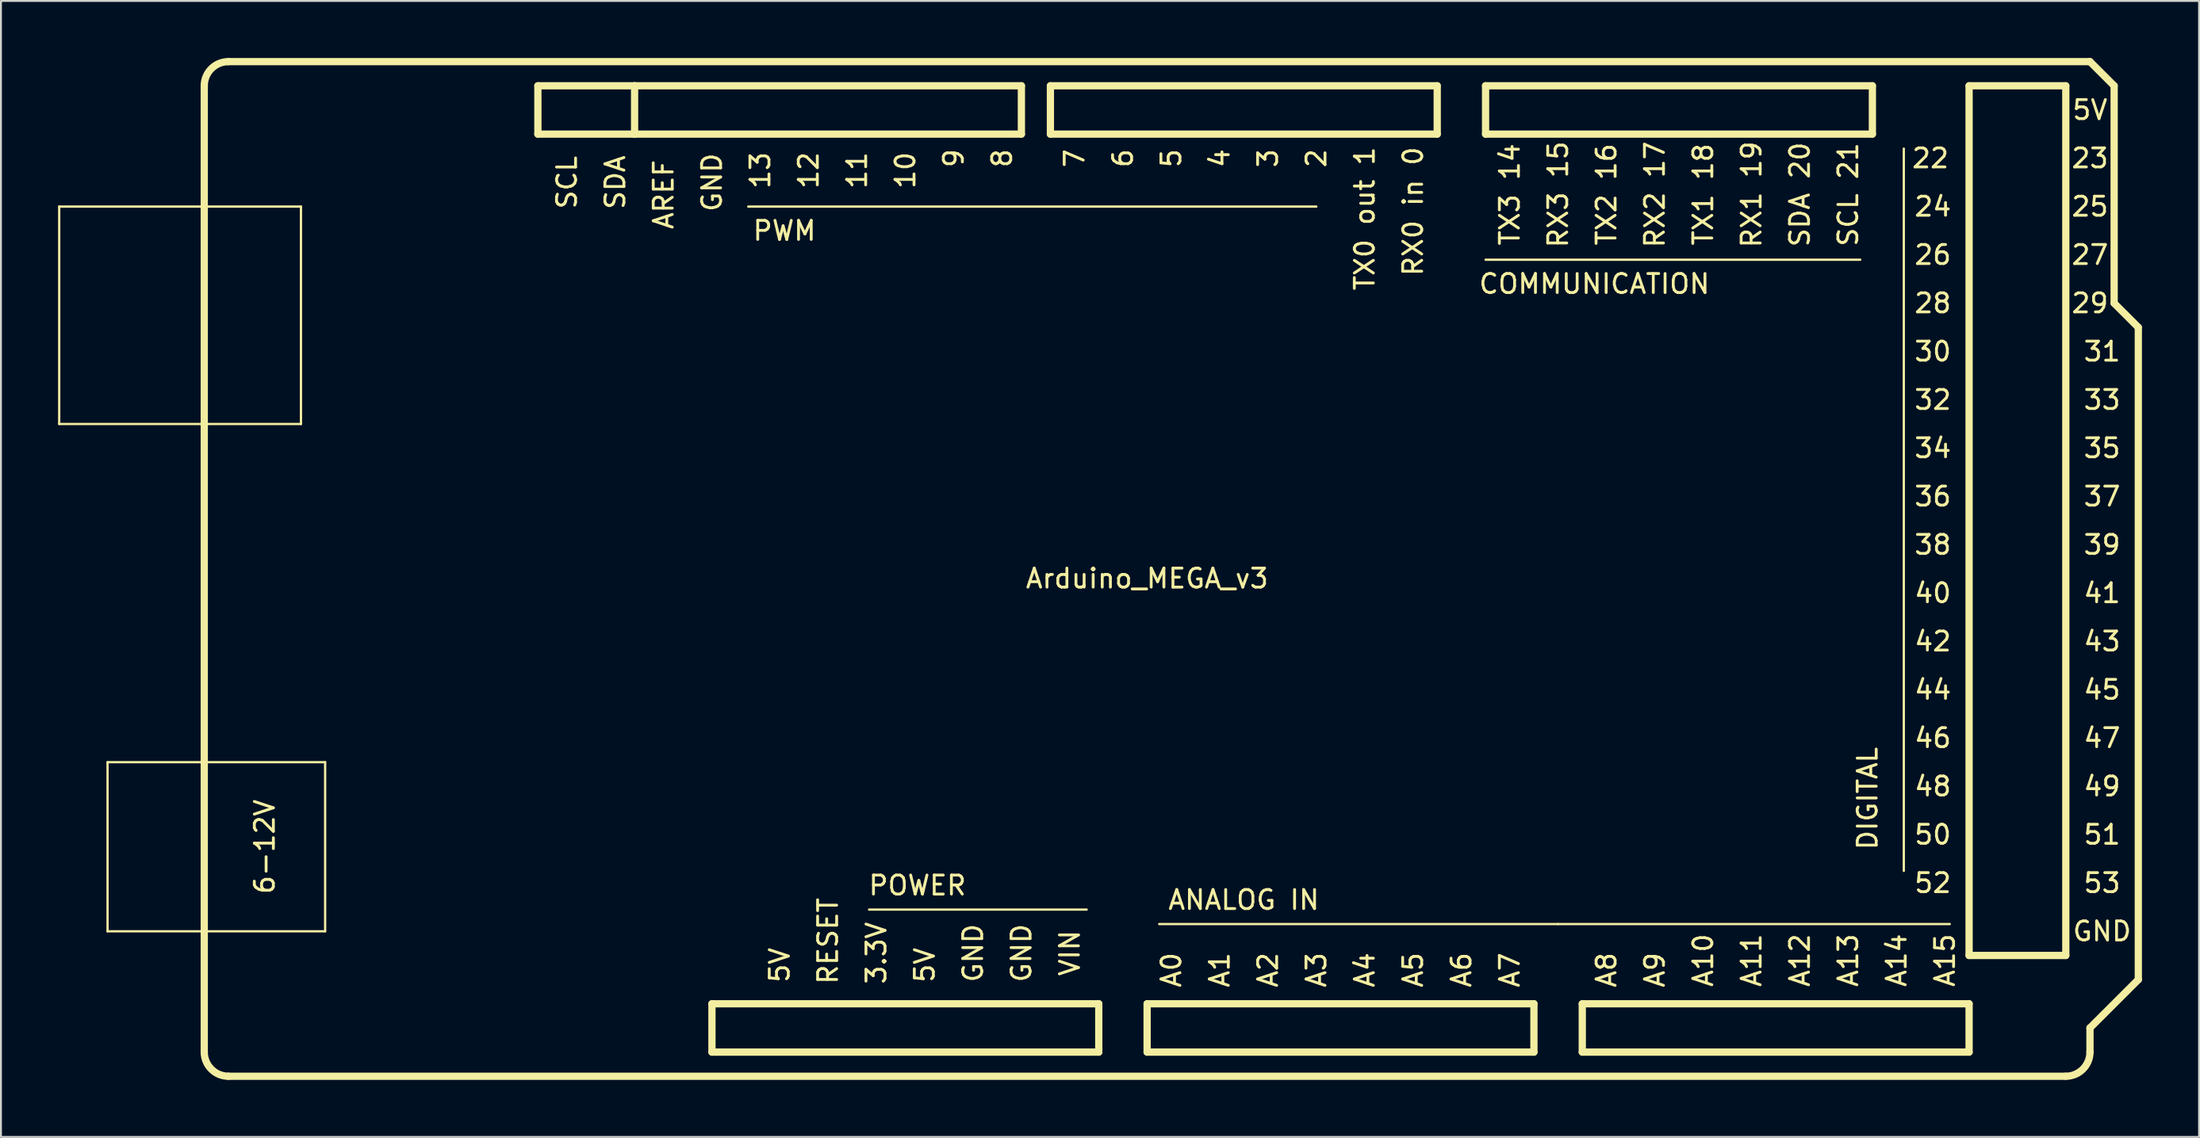
<source format=kicad_pcb>
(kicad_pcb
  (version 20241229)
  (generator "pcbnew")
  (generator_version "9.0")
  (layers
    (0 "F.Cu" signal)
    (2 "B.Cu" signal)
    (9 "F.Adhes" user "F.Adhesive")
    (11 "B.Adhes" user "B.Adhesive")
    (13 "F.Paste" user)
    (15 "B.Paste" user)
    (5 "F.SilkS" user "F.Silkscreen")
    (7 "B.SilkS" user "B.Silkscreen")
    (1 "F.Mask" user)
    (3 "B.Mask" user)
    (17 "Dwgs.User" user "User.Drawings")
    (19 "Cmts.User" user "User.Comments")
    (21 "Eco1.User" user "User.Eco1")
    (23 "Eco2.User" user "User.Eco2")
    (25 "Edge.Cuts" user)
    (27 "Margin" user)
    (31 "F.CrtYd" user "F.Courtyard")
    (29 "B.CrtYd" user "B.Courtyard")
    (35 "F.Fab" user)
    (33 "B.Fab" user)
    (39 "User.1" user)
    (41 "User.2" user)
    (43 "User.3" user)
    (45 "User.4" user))
  (footprint "Arduino_MEGA_v3"
    (layer "F.Cu")
    (at 57.21 26.86)
    (property "Reference" "Arduino_MEGA_v3" (at 0 0.5 0) (layer "F.SilkS") (effects (font (size 1 1) (thickness 0.15))))
    (attr through_hole)
    (fp_line (start -57.15 -19.05) (end -44.45 -19.05) (stroke (width 0.12) (type solid)) (layer "F.SilkS"))
    (fp_line (start -57.15 -7.62) (end -57.15 -19.05) (stroke (width 0.12) (type solid)) (layer "F.SilkS"))
    (fp_line (start -54.61 10.16) (end -43.18 10.16) (stroke (width 0.12) (type solid)) (layer "F.SilkS"))
    (fp_line (start -54.61 19.05) (end -54.61 10.16) (stroke (width 0.12) (type solid)) (layer "F.SilkS"))
    (fp_line (start -49.53 25.4) (end -49.53 -25.4) (stroke (width 0.381) (type solid)) (layer "F.SilkS"))
    (fp_line (start -48.26 -26.67) (end 49.53 -26.67) (stroke (width 0.381) (type solid)) (layer "F.SilkS"))
    (fp_line (start -48.26 26.67) (end 48.26 26.67) (stroke (width 0.381) (type solid)) (layer "F.SilkS"))
    (fp_line (start -44.45 -19.05) (end -44.45 -7.62) (stroke (width 0.12) (type solid)) (layer "F.SilkS"))
    (fp_line (start -44.45 -7.62) (end -57.15 -7.62) (stroke (width 0.12) (type solid)) (layer "F.SilkS"))
    (fp_line (start -43.18 10.16) (end -43.18 19.05) (stroke (width 0.12) (type solid)) (layer "F.SilkS"))
    (fp_line (start -43.18 19.05) (end -54.61 19.05) (stroke (width 0.12) (type solid)) (layer "F.SilkS"))
    (fp_line (start -32.004 -25.4) (end -32.004 -22.86) (stroke (width 0.381) (type solid)) (layer "F.SilkS"))
    (fp_line (start -32.004 -22.86) (end -26.924 -22.86) (stroke (width 0.381) (type solid)) (layer "F.SilkS"))
    (fp_line (start -26.924 -25.4) (end -32.004 -25.4) (stroke (width 0.381) (type solid)) (layer "F.SilkS"))
    (fp_line (start -26.924 -22.86) (end -26.924 -25.4) (stroke (width 0.381) (type solid)) (layer "F.SilkS"))
    (fp_line (start -22.86 25.4) (end -22.86 22.86) (stroke (width 0.381) (type solid)) (layer "F.SilkS"))
    (fp_line (start -22.86 25.4) (end -2.54 25.4) (stroke (width 0.381) (type solid)) (layer "F.SilkS"))
    (fp_line (start -14.605 17.907) (end -3.175 17.907) (stroke (width 0.12) (type solid)) (layer "F.SilkS"))
    (fp_line (start -6.604 -25.4) (end -26.924 -25.4) (stroke (width 0.381) (type solid)) (layer "F.SilkS"))
    (fp_line (start -6.604 -22.86) (end -26.924 -22.86) (stroke (width 0.381) (type solid)) (layer "F.SilkS"))
    (fp_line (start -6.604 -22.86) (end -6.604 -25.4) (stroke (width 0.381) (type solid)) (layer "F.SilkS"))
    (fp_line (start -5.08 -25.4) (end 15.24 -25.4) (stroke (width 0.381) (type solid)) (layer "F.SilkS"))
    (fp_line (start -5.08 -22.86) (end -5.08 -25.4) (stroke (width 0.381) (type solid)) (layer "F.SilkS"))
    (fp_line (start -2.54 22.86) (end -22.86 22.86) (stroke (width 0.381) (type solid)) (layer "F.SilkS"))
    (fp_line (start -2.54 22.86) (end -2.54 25.4) (stroke (width 0.381) (type solid)) (layer "F.SilkS"))
    (fp_line (start 0 22.86) (end 0 25.4) (stroke (width 0.381) (type solid)) (layer "F.SilkS"))
    (fp_line (start 0 25.4) (end 20.32 25.4) (stroke (width 0.381) (type solid)) (layer "F.SilkS"))
    (fp_line (start 0.635 18.669) (end 21.59 18.669) (stroke (width 0.12) (type solid)) (layer "F.SilkS"))
    (fp_line (start 8.89 -19.05) (end -20.955 -19.05) (stroke (width 0.12) (type solid)) (layer "F.SilkS"))
    (fp_line (start 15.24 -25.4) (end 15.24 -22.86) (stroke (width 0.381) (type solid)) (layer "F.SilkS"))
    (fp_line (start 15.24 -22.86) (end -5.08 -22.86) (stroke (width 0.381) (type solid)) (layer "F.SilkS"))
    (fp_line (start 17.78 -25.4) (end 17.78 -22.86) (stroke (width 0.381) (type solid)) (layer "F.SilkS"))
    (fp_line (start 17.78 -22.86) (end 38.1 -22.86) (stroke (width 0.381) (type solid)) (layer "F.SilkS"))
    (fp_line (start 17.78 -16.256) (end 37.465 -16.256) (stroke (width 0.12) (type solid)) (layer "F.SilkS"))
    (fp_line (start 20.32 22.86) (end 0 22.86) (stroke (width 0.381) (type solid)) (layer "F.SilkS"))
    (fp_line (start 20.32 25.4) (end 20.32 22.86) (stroke (width 0.381) (type solid)) (layer "F.SilkS"))
    (fp_line (start 21.59 18.669) (end 42.164 18.669) (stroke (width 0.12) (type solid)) (layer "F.SilkS"))
    (fp_line (start 22.86 22.86) (end 43.18 22.86) (stroke (width 0.381) (type solid)) (layer "F.SilkS"))
    (fp_line (start 22.86 25.4) (end 22.86 22.86) (stroke (width 0.381) (type solid)) (layer "F.SilkS"))
    (fp_line (start 38.1 -25.4) (end 17.78 -25.4) (stroke (width 0.381) (type solid)) (layer "F.SilkS"))
    (fp_line (start 38.1 -22.86) (end 38.1 -25.4) (stroke (width 0.381) (type solid)) (layer "F.SilkS"))
    (fp_line (start 39.751 15.875) (end 39.751 -22.098) (stroke (width 0.12) (type solid)) (layer "F.SilkS"))
    (fp_line (start 43.18 -25.4) (end 43.18 20.32) (stroke (width 0.381) (type solid)) (layer "F.SilkS"))
    (fp_line (start 43.18 20.32) (end 48.26 20.32) (stroke (width 0.381) (type solid)) (layer "F.SilkS"))
    (fp_line (start 43.18 22.86) (end 43.18 25.4) (stroke (width 0.381) (type solid)) (layer "F.SilkS"))
    (fp_line (start 43.18 25.4) (end 22.86 25.4) (stroke (width 0.381) (type solid)) (layer "F.SilkS"))
    (fp_line (start 48.26 -25.4) (end 43.18 -25.4) (stroke (width 0.381) (type solid)) (layer "F.SilkS"))
    (fp_line (start 48.26 20.32) (end 48.26 -25.4) (stroke (width 0.381) (type solid)) (layer "F.SilkS"))
    (fp_line (start 49.53 -26.67) (end 50.8 -25.4) (stroke (width 0.381) (type solid)) (layer "F.SilkS"))
    (fp_line (start 49.53 24.13) (end 49.53 25.4) (stroke (width 0.381) (type solid)) (layer "F.SilkS"))
    (fp_line (start 50.8 -25.4) (end 50.8 -13.97) (stroke (width 0.381) (type solid)) (layer "F.SilkS"))
    (fp_line (start 50.8 -13.97) (end 52.07 -12.7) (stroke (width 0.381) (type solid)) (layer "F.SilkS"))
    (fp_line (start 52.07 -12.7) (end 52.07 21.59) (stroke (width 0.381) (type solid)) (layer "F.SilkS"))
    (fp_line (start 52.07 21.59) (end 49.53 24.13) (stroke (width 0.381) (type solid)) (layer "F.SilkS"))
    (fp_arc (start -49.53 -25.4) (mid -49.158026 -26.298026) (end -48.26 -26.67) (stroke (width 0.381) (type solid)) (layer "F.SilkS"))
    (fp_arc (start -48.26 26.67) (mid -49.158026 26.298026) (end -49.53 25.4) (stroke (width 0.381) (type solid)) (layer "F.SilkS"))
    (fp_arc (start 49.53 25.4) (mid 49.158026 26.298026) (end 48.26 26.67) (stroke (width 0.381) (type solid)) (layer "F.SilkS"))
    (fp_text user "49" (at 50.165 11.43 0) (layer "F.SilkS") (effects (font (size 1 1) (thickness 0.15))))
    (fp_text user "ANALOG IN" (at 5.08 17.399 0) (layer "F.SilkS") (effects (font (size 1 1) (thickness 0.15))))
    (fp_text user "10" (at -12.7 -20.955 90) (layer "F.SilkS") (effects (font (size 1 1) (thickness 0.15))))
    (fp_text user "SCL" (at -30.48 -20.32 90) (layer "F.SilkS") (effects (font (size 1 1) (thickness 0.15))))
    (fp_text user "22" (at 41.148 -21.59 0) (layer "F.SilkS") (effects (font (size 1 1) (thickness 0.15))))
    (fp_text user "2" (at 8.89 -21.59 90) (layer "F.SilkS") (effects (font (size 1 1) (thickness 0.15))))
    (fp_text user "36" (at 41.275 -3.81 0) (layer "F.SilkS") (effects (font (size 1 1) (thickness 0.15))))
    (fp_text user "4" (at 3.81 -21.59 90) (layer "F.SilkS") (effects (font (size 1 1) (thickness 0.15))))
    (fp_text user "45" (at 50.165 6.35 0) (layer "F.SilkS") (effects (font (size 1 1) (thickness 0.15))))
    (fp_text user "COMMUNICATION" (at 23.495 -14.986 0) (layer "F.SilkS") (effects (font (size 1 1) (thickness 0.15))))
    (fp_text user "GND" (at -22.86 -20.32 90) (layer "F.SilkS") (effects (font (size 1 1) (thickness 0.15))))
    (fp_text user "GND" (at -6.604 20.193 90) (layer "F.SilkS") (effects (font (size 1 1) (thickness 0.15))))
    (fp_text user "11" (at -15.24 -20.955 90) (layer "F.SilkS") (effects (font (size 1 1) (thickness 0.15))))
    (fp_text user "A10" (at 29.21 20.574 90) (layer "F.SilkS") (effects (font (size 1 1) (thickness 0.15))))
    (fp_text user "VIN" (at -4.064 20.193 90) (layer "F.SilkS") (effects (font (size 1 1) (thickness 0.15))))
    (fp_text user "A12" (at 34.29 20.574 90) (layer "F.SilkS") (effects (font (size 1 1) (thickness 0.15))))
    (fp_text user "7" (at -3.81 -21.59 90) (layer "F.SilkS") (effects (font (size 1 1) (thickness 0.15))))
    (fp_text user "5V" (at -19.304 20.828 90) (layer "F.SilkS") (effects (font (size 1 1) (thickness 0.15))))
    (fp_text user "TX3 14" (at 19.05 -19.685 90) (layer "F.SilkS") (effects (font (size 1 1) (thickness 0.15))))
    (fp_text user "RX2 17" (at 26.67 -19.685 90) (layer "F.SilkS") (effects (font (size 1 1) (thickness 0.15))))
    (fp_text user "24" (at 41.275 -19.05 0) (layer "F.SilkS") (effects (font (size 1 1) (thickness 0.15))))
    (fp_text user "RX3 15" (at 21.59 -19.685 90) (layer "F.SilkS") (effects (font (size 1 1) (thickness 0.15))))
    (fp_text user "35" (at 50.165 -6.35 0) (layer "F.SilkS") (effects (font (size 1 1) (thickness 0.15))))
    (fp_text user "TX0 out 1" (at 11.43 -18.415 90) (layer "F.SilkS") (effects (font (size 1 1) (thickness 0.15))))
    (fp_text user "RX1 19" (at 31.75 -19.685 90) (layer "F.SilkS") (effects (font (size 1 1) (thickness 0.15))))
    (fp_text user "3" (at 6.35 -21.59 90) (layer "F.SilkS") (effects (font (size 1 1) (thickness 0.15))))
    (fp_text user "POWER" (at -12.065 16.637 0) (layer "F.SilkS") (effects (font (size 1 1) (thickness 0.15))))
    (fp_text user "44" (at 41.275 6.35 0) (layer "F.SilkS") (effects (font (size 1 1) (thickness 0.15))))
    (fp_text user "6-12V" (at -46.355 14.605 90) (layer "F.SilkS") (effects (font (size 1 1) (thickness 0.15))))
    (fp_text user "31" (at 50.165 -11.43 0) (layer "F.SilkS") (effects (font (size 1 1) (thickness 0.15))))
    (fp_text user "A8" (at 24.13 21.082 90) (layer "F.SilkS") (effects (font (size 1 1) (thickness 0.15))))
    (fp_text user "52" (at 41.275 16.51 0) (layer "F.SilkS") (effects (font (size 1 1) (thickness 0.15))))
    (fp_text user "DIGITAL" (at 37.846 12.065 90) (layer "F.SilkS") (effects (font (size 1 1) (thickness 0.15))))
    (fp_text user "A6" (at 16.51 21.082 90) (layer "F.SilkS") (effects (font (size 1 1) (thickness 0.15))))
    (fp_text user "40" (at 41.275 1.27 0) (layer "F.SilkS") (effects (font (size 1 1) (thickness 0.15))))
    (fp_text user "9" (at -10.16 -21.59 90) (layer "F.SilkS") (effects (font (size 1 1) (thickness 0.15))))
    (fp_text user "A5" (at 13.97 21.082 90) (layer "F.SilkS") (effects (font (size 1 1) (thickness 0.15))))
    (fp_text user "47" (at 50.165 8.89 0) (layer "F.SilkS") (effects (font (size 1 1) (thickness 0.15))))
    (fp_text user "5V" (at 49.53 -24.13 0) (layer "F.SilkS") (effects (font (size 1 1) (thickness 0.15))))
    (fp_text user "42" (at 41.275 3.81 0) (layer "F.SilkS") (effects (font (size 1 1) (thickness 0.15))))
    (fp_text user "GND" (at -9.144 20.193 90) (layer "F.SilkS") (effects (font (size 1 1) (thickness 0.15))))
    (fp_text user "5" (at 1.27 -21.59 90) (layer "F.SilkS") (effects (font (size 1 1) (thickness 0.15))))
    (fp_text user "RESET" (at -16.764 19.558 90) (layer "F.SilkS") (effects (font (size 1 1) (thickness 0.15))))
    (fp_text user "8" (at -7.62 -21.59 90) (layer "F.SilkS") (effects (font (size 1 1) (thickness 0.15))))
    (fp_text user "12" (at -17.78 -20.955 90) (layer "F.SilkS") (effects (font (size 1 1) (thickness 0.15))))
    (fp_text user "38" (at 41.275 -1.27 0) (layer "F.SilkS") (effects (font (size 1 1) (thickness 0.15))))
    (fp_text user "A1" (at 3.81 21.082 90) (layer "F.SilkS") (effects (font (size 1 1) (thickness 0.15))))
    (fp_text user "41" (at 50.165 1.27 0) (layer "F.SilkS") (effects (font (size 1 1) (thickness 0.15))))
    (fp_text user "PWM" (at -19.05 -17.78 0) (layer "F.SilkS") (effects (font (size 1 1) (thickness 0.15))))
    (fp_text user "A9" (at 26.67 21.082 90) (layer "F.SilkS") (effects (font (size 1 1) (thickness 0.15))))
    (fp_text user "13" (at -20.32 -20.955 90) (layer "F.SilkS") (effects (font (size 1 1) (thickness 0.15))))
    (fp_text user "AREF" (at -25.4 -19.685 90) (layer "F.SilkS") (effects (font (size 1 1) (thickness 0.15))))
    (fp_text user "32" (at 41.275 -8.89 0) (layer "F.SilkS") (effects (font (size 1 1) (thickness 0.15))))
    (fp_text user "51" (at 50.165 13.97 0) (layer "F.SilkS") (effects (font (size 1 1) (thickness 0.15))))
    (fp_text user "43" (at 50.165 3.81 0) (layer "F.SilkS") (effects (font (size 1 1) (thickness 0.15))))
    (fp_text user "5V" (at -11.684 20.828 90) (layer "F.SilkS") (effects (font (size 1 1) (thickness 0.15))))
    (fp_text user "50" (at 41.275 13.97 0) (layer "F.SilkS") (effects (font (size 1 1) (thickness 0.15))))
    (fp_text user "28" (at 41.275 -13.97 0) (layer "F.SilkS") (effects (font (size 1 1) (thickness 0.15))))
    (fp_text user "SDA 20" (at 34.29 -19.685 90) (layer "F.SilkS") (effects (font (size 1 1) (thickness 0.15))))
    (fp_text user "RX0 in 0" (at 13.97 -18.796 90) (layer "F.SilkS") (effects (font (size 1 1) (thickness 0.15))))
    (fp_text user "A7" (at 19.05 21.082 90) (layer "F.SilkS") (effects (font (size 1 1) (thickness 0.15))))
    (fp_text user "3.3V" (at -14.224 20.193 90) (layer "F.SilkS") (effects (font (size 1 1) (thickness 0.15))))
    (fp_text user "39" (at 50.165 -1.27 0) (layer "F.SilkS") (effects (font (size 1 1) (thickness 0.15))))
    (fp_text user "SCL 21" (at 36.83 -19.685 90) (layer "F.SilkS") (effects (font (size 1 1) (thickness 0.15))))
    (fp_text user "TX2 16" (at 24.13 -19.685 90) (layer "F.SilkS") (effects (font (size 1 1) (thickness 0.15))))
    (fp_text user "46" (at 41.275 8.89 0) (layer "F.SilkS") (effects (font (size 1 1) (thickness 0.15))))
    (fp_text user "6" (at -1.27 -21.59 90) (layer "F.SilkS") (effects (font (size 1 1) (thickness 0.15))))
    (fp_text user "A14" (at 39.37 20.574 90) (layer "F.SilkS") (effects (font (size 1 1) (thickness 0.15))))
    (fp_text user "30" (at 41.275 -11.43 0) (layer "F.SilkS") (effects (font (size 1 1) (thickness 0.15))))
    (fp_text user "48" (at 41.275 11.43 0) (layer "F.SilkS") (effects (font (size 1 1) (thickness 0.15))))
    (fp_text user "37" (at 50.165 -3.81 0) (layer "F.SilkS") (effects (font (size 1 1) (thickness 0.15))))
    (fp_text user "TX1 18" (at 29.21 -19.685 90) (layer "F.SilkS") (effects (font (size 1 1) (thickness 0.15))))
    (fp_text user "A15" (at 41.91 20.574 90) (layer "F.SilkS") (effects (font (size 1 1) (thickness 0.15))))
    (fp_text user "34" (at 41.275 -6.35 0) (layer "F.SilkS") (effects (font (size 1 1) (thickness 0.15))))
    (fp_text user "A11" (at 31.75 20.574 90) (layer "F.SilkS") (effects (font (size 1 1) (thickness 0.15))))
    (fp_text user "23" (at 49.53 -21.59 0) (layer "F.SilkS") (effects (font (size 1 1) (thickness 0.15))))
    (fp_text user "A0" (at 1.27 21.082 90) (layer "F.SilkS") (effects (font (size 1 1) (thickness 0.15))))
    (fp_text user "A4" (at 11.43 21.082 90) (layer "F.SilkS") (effects (font (size 1 1) (thickness 0.15))))
    (fp_text user "27" (at 49.53 -16.51 0) (layer "F.SilkS") (effects (font (size 1 1) (thickness 0.15))))
    (fp_text user "SDA" (at -27.94 -20.32 90) (layer "F.SilkS") (effects (font (size 1 1) (thickness 0.15))))
    (fp_text user "GND" (at 50.165 19.05 0) (layer "F.SilkS") (effects (font (size 1 1) (thickness 0.15))))
    (fp_text user "26" (at 41.275 -16.51 0) (layer "F.SilkS") (effects (font (size 1 1) (thickness 0.15))))
    (fp_text user "33" (at 50.165 -8.89 0) (layer "F.SilkS") (effects (font (size 1 1) (thickness 0.15))))
    (fp_text user "25" (at 49.53 -19.05 0) (layer "F.SilkS") (effects (font (size 1 1) (thickness 0.15))))
    (fp_text user "29" (at 49.53 -13.97 0) (layer "F.SilkS") (effects (font (size 1 1) (thickness 0.15))))
    (fp_text user "A2" (at 6.35 21.082 90) (layer "F.SilkS") (effects (font (size 1 1) (thickness 0.15))))
    (fp_text user "53" (at 50.165 16.51 0) (layer "F.SilkS") (effects (font (size 1 1) (thickness 0.15))))
    (fp_text user "A13" (at 36.83 20.574 90) (layer "F.SilkS") (effects (font (size 1 1) (thickness 0.15))))
    (fp_text user "A3" (at 8.89 21.082 90) (layer "F.SilkS") (effects (font (size 1 1) (thickness 0.15)))))
  (gr_rect
    (start -3 -3)
    (end 112.471 56.721)
    (stroke (width 0.1) (type default))
    (fill no)
    (layer "Edge.Cuts")))
</source>
